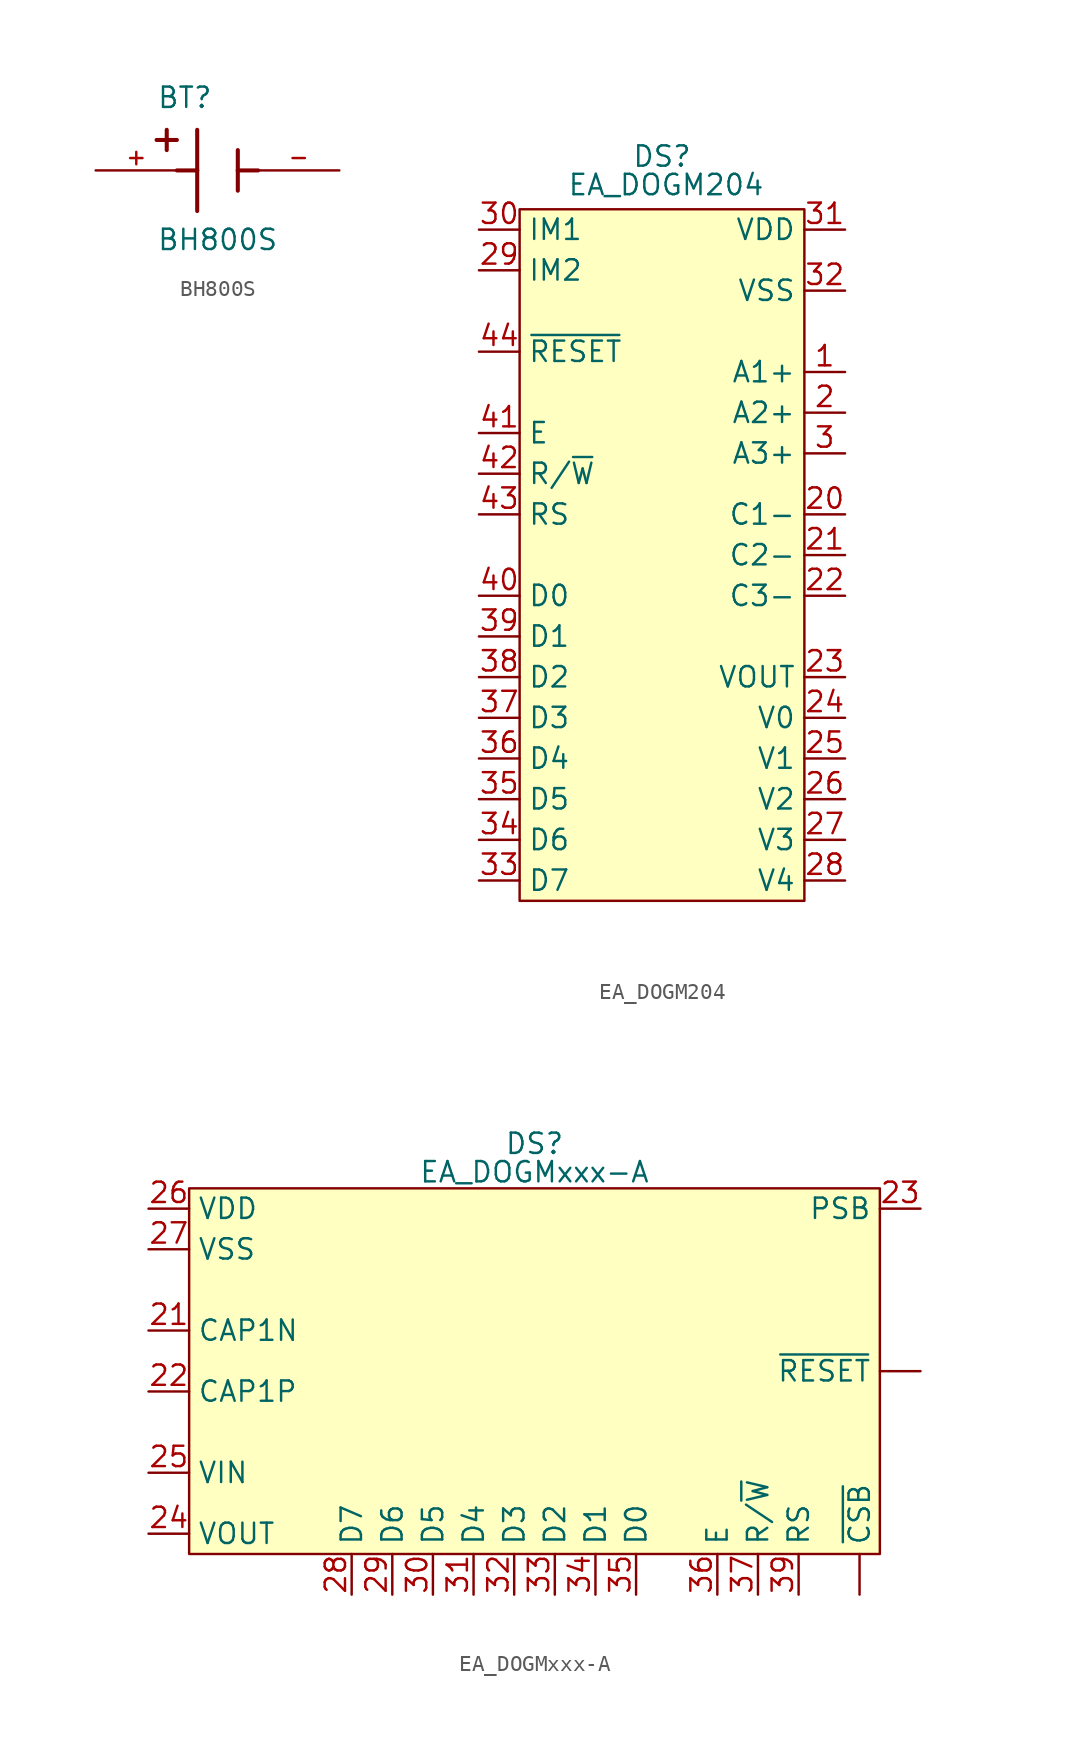
<source format=kicad_sym>
(kicad_symbol_lib
  (version 20231120)
  (generator "kicad_symbol_editor")
  (generator_version "8.0")
  (symbol "BH800S"
    (pin_names
      (offset 1.016))
    (property "Reference" "BT"
      (at -3.81 3.81 0)
      (effects (font (size 1.27 1.27)) (justify left bottom)))
    (property "Value" "BH800S"
      (at -3.81 -5.08 0)
      (effects (font (size 1.27 1.27)) (justify left bottom)))
    (symbol "BH800S_0_0"
      (polyline (pts (xy -3.81 1.905) (xy -2.54 1.905)) (stroke (width 0.254) (type default)) (fill (type none)))
      (polyline (pts (xy -3.175 2.54) (xy -3.175 1.27)) (stroke (width 0.254) (type default)) (fill (type none)))
      (polyline (pts (xy -1.27 0) (xy -2.54 0)) (stroke (width 0.254) (type default)) (fill (type none)))
      (polyline (pts (xy -1.27 0) (xy -1.27 -2.54)) (stroke (width 0.254) (type default)) (fill (type none)))
      (polyline (pts (xy -1.27 2.54) (xy -1.27 0)) (stroke (width 0.254) (type default)) (fill (type none)))
      (polyline (pts (xy 1.27 0) (xy 1.27 -1.27)) (stroke (width 0.254) (type default)) (fill (type none)))
      (polyline (pts (xy 1.27 0) (xy 2.54 0)) (stroke (width 0.254) (type default)) (fill (type none)))
      (polyline (pts (xy 1.27 1.27) (xy 1.27 0)) (stroke (width 0.254) (type default)) (fill (type none)))
      (pin passive line (at -7.62 0 0) (length 5.08) (name "~" (effects (font (size 1.016 1.016)))) (number "+" (effects (font (size 1.016 1.016)))))
      (pin passive line (at 7.62 0 180) (length 5.08) (name "~" (effects (font (size 1.016 1.016)))) (number "-" (effects (font (size 1.016 1.016)))))))
  (symbol "EA_DOGM204"
    (property "Reference" "DS"
      (at 0 24.892 0)
      (effects (font (size 1.27 1.27))))
    (property "Value" "EA_DOGM204"
      (at 0.254 23.114 0)
      (effects (font (size 1.27 1.27))))
    (symbol "EA_DOGM204_1_1"
      (rectangle (start -8.89 21.59) (end 8.89 -21.59) (stroke (width 0) (type default)) (fill (type background)))
      (pin passive line (at 11.43 11.43 180) (length 2.54) (name "A1+" (effects (font (size 1.27 1.27)))) (number "1" (effects (font (size 1.27 1.27)))))
      (pin passive line (at 11.43 8.89 180) (length 2.54) (name "A2+" (effects (font (size 1.27 1.27)))) (number "2" (effects (font (size 1.27 1.27)))))
      (pin passive line (at 11.43 2.54 180) (length 2.54) (name "C1-" (effects (font (size 1.27 1.27)))) (number "20" (effects (font (size 1.27 1.27)))))
      (pin passive line (at 11.43 0 180) (length 2.54) (name "C2-" (effects (font (size 1.27 1.27)))) (number "21" (effects (font (size 1.27 1.27)))))
      (pin passive line (at 11.43 -2.54 180) (length 2.54) (name "C3-" (effects (font (size 1.27 1.27)))) (number "22" (effects (font (size 1.27 1.27)))))
      (pin passive line (at 11.43 -7.62 180) (length 2.54) (name "VOUT" (effects (font (size 1.27 1.27)))) (number "23" (effects (font (size 1.27 1.27)))))
      (pin passive line (at 11.43 -10.16 180) (length 2.54) (name "V0" (effects (font (size 1.27 1.27)))) (number "24" (effects (font (size 1.27 1.27)))))
      (pin passive line (at 11.43 -12.7 180) (length 2.54) (name "V1" (effects (font (size 1.27 1.27)))) (number "25" (effects (font (size 1.27 1.27)))))
      (pin passive line (at 11.43 -15.24 180) (length 2.54) (name "V2" (effects (font (size 1.27 1.27)))) (number "26" (effects (font (size 1.27 1.27)))))
      (pin passive line (at 11.43 -17.78 180) (length 2.54) (name "V3" (effects (font (size 1.27 1.27)))) (number "27" (effects (font (size 1.27 1.27)))))
      (pin passive line (at 11.43 -20.32 180) (length 2.54) (name "V4" (effects (font (size 1.27 1.27)))) (number "28" (effects (font (size 1.27 1.27)))))
      (pin input line (at -11.43 17.78 0) (length 2.54) (name "IM2" (effects (font (size 1.27 1.27)))) (number "29" (effects (font (size 1.27 1.27)))))
      (pin passive line (at 11.43 6.35 180) (length 2.54) (name "A3+" (effects (font (size 1.27 1.27)))) (number "3" (effects (font (size 1.27 1.27)))))
      (pin input line (at -11.43 20.32 0) (length 2.54) (name "IM1" (effects (font (size 1.27 1.27)))) (number "30" (effects (font (size 1.27 1.27)))))
      (pin power_in line (at 11.43 20.32 180) (length 2.54) (name "VDD" (effects (font (size 1.27 1.27)))) (number "31" (effects (font (size 1.27 1.27)))))
      (pin power_in line (at 11.43 16.51 180) (length 2.54) (name "VSS" (effects (font (size 1.27 1.27)))) (number "32" (effects (font (size 1.27 1.27)))))
      (pin input line (at -11.43 -20.32 0) (length 2.54) (name "D7" (effects (font (size 1.27 1.27)))) (number "33" (effects (font (size 1.27 1.27)))))
      (pin input line (at -11.43 -17.78 0) (length 2.54) (name "D6" (effects (font (size 1.27 1.27)))) (number "34" (effects (font (size 1.27 1.27)))))
      (pin input line (at -11.43 -15.24 0) (length 2.54) (name "D5" (effects (font (size 1.27 1.27)))) (number "35" (effects (font (size 1.27 1.27)))))
      (pin input line (at -11.43 -12.7 0) (length 2.54) (name "D4" (effects (font (size 1.27 1.27)))) (number "36" (effects (font (size 1.27 1.27)))))
      (pin input line (at -11.43 -10.16 0) (length 2.54) (name "D3" (effects (font (size 1.27 1.27)))) (number "37" (effects (font (size 1.27 1.27)))))
      (pin input line (at -11.43 -7.62 0) (length 2.54) (name "D2" (effects (font (size 1.27 1.27)))) (number "38" (effects (font (size 1.27 1.27)))))
      (pin input line (at -11.43 -5.08 0) (length 2.54) (name "D1" (effects (font (size 1.27 1.27)))) (number "39" (effects (font (size 1.27 1.27)))))
      (pin input line (at -11.43 -2.54 0) (length 2.54) (name "D0" (effects (font (size 1.27 1.27)))) (number "40" (effects (font (size 1.27 1.27)))))
      (pin input line (at -11.43 7.62 0) (length 2.54) (name "E" (effects (font (size 1.27 1.27)))) (number "41" (effects (font (size 1.27 1.27)))))
      (pin input line (at -11.43 5.08 0) (length 2.54) (name "R/~{W}" (effects (font (size 1.27 1.27)))) (number "42" (effects (font (size 1.27 1.27)))))
      (pin input line (at -11.43 2.54 0) (length 2.54) (name "RS" (effects (font (size 1.27 1.27)))) (number "43" (effects (font (size 1.27 1.27)))))
      (pin input line (at -11.43 12.7 0) (length 2.54) (name "~{RESET}" (effects (font (size 1.27 1.27)))) (number "44" (effects (font (size 1.27 1.27)))))))
  (symbol "EA_DOGMxxx-A"
    (property "Reference" "DS"
      (at 0 14.224 0)
      (effects (font (size 1.27 1.27))))
    (property "Value" "EA_DOGMxxx-A"
      (at 0 12.446 0)
      (effects (font (size 1.27 1.27))))
    (symbol "EA_DOGMxxx-A_1_1"
      (rectangle (start -21.59 11.43) (end 21.59 -11.43) (stroke (width 0) (type default)) (fill (type background)))
      (pin input line (at 20.32 -13.97 90) (length 2.54) (name "~{CSB}" (effects (font (size 1.27 1.27)))) (number "" (effects (font (size 1.27 1.27)))))
      (pin input line (at 24.13 0 180) (length 2.54) (name "~{RESET}" (effects (font (size 1.27 1.27)))) (number "" (effects (font (size 1.27 1.27)))))
      (pin passive line (at -24.13 2.54 0) (length 2.54) (name "CAP1N" (effects (font (size 1.27 1.27)))) (number "21" (effects (font (size 1.27 1.27)))))
      (pin passive line (at -24.13 -1.27 0) (length 2.54) (name "CAP1P" (effects (font (size 1.27 1.27)))) (number "22" (effects (font (size 1.27 1.27)))))
      (pin input line (at 24.13 10.16 180) (length 2.54) (name "PSB" (effects (font (size 1.27 1.27)))) (number "23" (effects (font (size 1.27 1.27)))))
      (pin power_in line (at -24.13 -10.16 0) (length 2.54) (name "VOUT" (effects (font (size 1.27 1.27)))) (number "24" (effects (font (size 1.27 1.27)))))
      (pin power_in line (at -24.13 -6.35 0) (length 2.54) (name "VIN" (effects (font (size 1.27 1.27)))) (number "25" (effects (font (size 1.27 1.27)))))
      (pin power_in line (at -24.13 10.16 0) (length 2.54) (name "VDD" (effects (font (size 1.27 1.27)))) (number "26" (effects (font (size 1.27 1.27)))))
      (pin power_in line (at -24.13 7.62 0) (length 2.54) (name "VSS" (effects (font (size 1.27 1.27)))) (number "27" (effects (font (size 1.27 1.27)))))
      (pin input line (at -11.43 -13.97 90) (length 2.54) (name "D7" (effects (font (size 1.27 1.27)))) (number "28" (effects (font (size 1.27 1.27)))))
      (pin input line (at -8.89 -13.97 90) (length 2.54) (name "D6" (effects (font (size 1.27 1.27)))) (number "29" (effects (font (size 1.27 1.27)))))
      (pin input line (at -6.35 -13.97 90) (length 2.54) (name "D5" (effects (font (size 1.27 1.27)))) (number "30" (effects (font (size 1.27 1.27)))))
      (pin input line (at -3.81 -13.97 90) (length 2.54) (name "D4" (effects (font (size 1.27 1.27)))) (number "31" (effects (font (size 1.27 1.27)))))
      (pin input line (at -1.27 -13.97 90) (length 2.54) (name "D3" (effects (font (size 1.27 1.27)))) (number "32" (effects (font (size 1.27 1.27)))))
      (pin input line (at 1.27 -13.97 90) (length 2.54) (name "D2" (effects (font (size 1.27 1.27)))) (number "33" (effects (font (size 1.27 1.27)))))
      (pin input line (at 3.81 -13.97 90) (length 2.54) (name "D1" (effects (font (size 1.27 1.27)))) (number "34" (effects (font (size 1.27 1.27)))))
      (pin input line (at 6.35 -13.97 90) (length 2.54) (name "D0" (effects (font (size 1.27 1.27)))) (number "35" (effects (font (size 1.27 1.27)))))
      (pin input line (at 11.43 -13.97 90) (length 2.54) (name "E" (effects (font (size 1.27 1.27)))) (number "36" (effects (font (size 1.27 1.27)))))
      (pin input line (at 13.97 -13.97 90) (length 2.54) (name "R/~{W}" (effects (font (size 1.27 1.27)))) (number "37" (effects (font (size 1.27 1.27)))))
      (pin input line (at 16.51 -13.97 90) (length 2.54) (name "RS" (effects (font (size 1.27 1.27)))) (number "39" (effects (font (size 1.27 1.27))))))))
</source>
